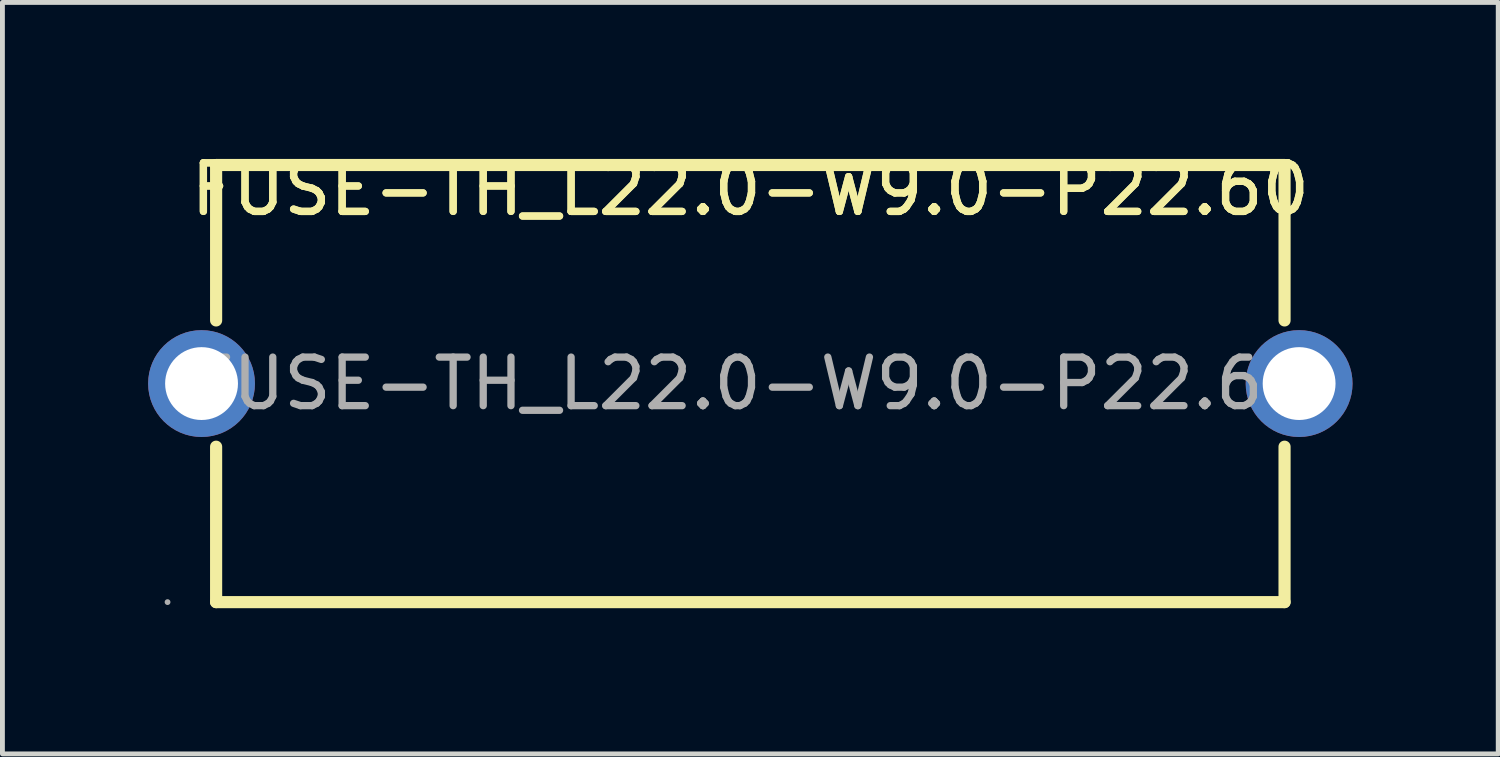
<source format=kicad_pcb>
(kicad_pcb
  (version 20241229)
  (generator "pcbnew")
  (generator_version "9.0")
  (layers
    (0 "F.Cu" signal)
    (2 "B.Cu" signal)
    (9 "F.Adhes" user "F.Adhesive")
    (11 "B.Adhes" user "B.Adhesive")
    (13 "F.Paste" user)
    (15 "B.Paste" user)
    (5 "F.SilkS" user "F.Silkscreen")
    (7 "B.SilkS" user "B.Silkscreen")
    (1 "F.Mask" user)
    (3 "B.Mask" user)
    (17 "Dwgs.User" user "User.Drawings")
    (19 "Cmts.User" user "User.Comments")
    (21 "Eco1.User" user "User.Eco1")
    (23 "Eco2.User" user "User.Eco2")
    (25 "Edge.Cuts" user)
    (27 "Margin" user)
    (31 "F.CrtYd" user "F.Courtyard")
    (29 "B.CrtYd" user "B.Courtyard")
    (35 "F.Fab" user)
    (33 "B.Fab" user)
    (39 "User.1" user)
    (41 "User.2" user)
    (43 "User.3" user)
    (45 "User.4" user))
  (footprint "FUSE-TH_L22.0-W9.0-P22.60"
    (layer "F.Cu")
    (at 12.4 4.848)
    (property "Reference" "FUSE-TH_L22.0-W9.0-P22.60" (at 0 -4 0) (layer "F.SilkS") (effects (font (size 1 1) (thickness 0.15))))
    (attr through_hole)
    (fp_line (start -11 -4.5) (end 11 -4.5) (stroke (width 0.25) (type solid)) (layer "F.SilkS"))
    (fp_line (start -11 -1.3) (end -11 -4.5) (stroke (width 0.25) (type solid)) (layer "F.SilkS"))
    (fp_line (start -11 4.5) (end -11 1.3) (stroke (width 0.25) (type solid)) (layer "F.SilkS"))
    (fp_line (start 11 -4.5) (end 11 -1.3) (stroke (width 0.25) (type solid)) (layer "F.SilkS"))
    (fp_line (start 11 1.3) (end 11 4.5) (stroke (width 0.25) (type solid)) (layer "F.SilkS"))
    (fp_line (start 11 4.5) (end -11 4.5) (stroke (width 0.25) (type solid)) (layer "F.SilkS"))
    (fp_circle (center -12 4.5) (end -11.97 4.5) (stroke (width 0.06) (type solid)) (fill no) (layer "F.Fab"))
    (fp_text user "${REFERENCE}" (at 0 -4 0) (layer "F.SilkS") (effects (font (size 1 1) (thickness 0.15))))
    (fp_text user "${REFERENCE}" (at 0 0 0) (layer "F.Fab") (effects (font (size 1 1) (thickness 0.15))))
    (pad "1" thru_hole circle (at -11.3 0) (size 2.2 2.2) (drill 1.5) (layers "*.Cu" "*.Mask"))
    (pad "2" thru_hole circle (at 11.3 0) (size 2.2 2.2) (drill 1.5) (layers "*.Cu" "*.Mask")))
  (gr_rect
    (start -3 -3)
    (end 27.8 12.473)
    (stroke (width 0.1) (type default))
    (fill no)
    (layer "Edge.Cuts")))
</source>
